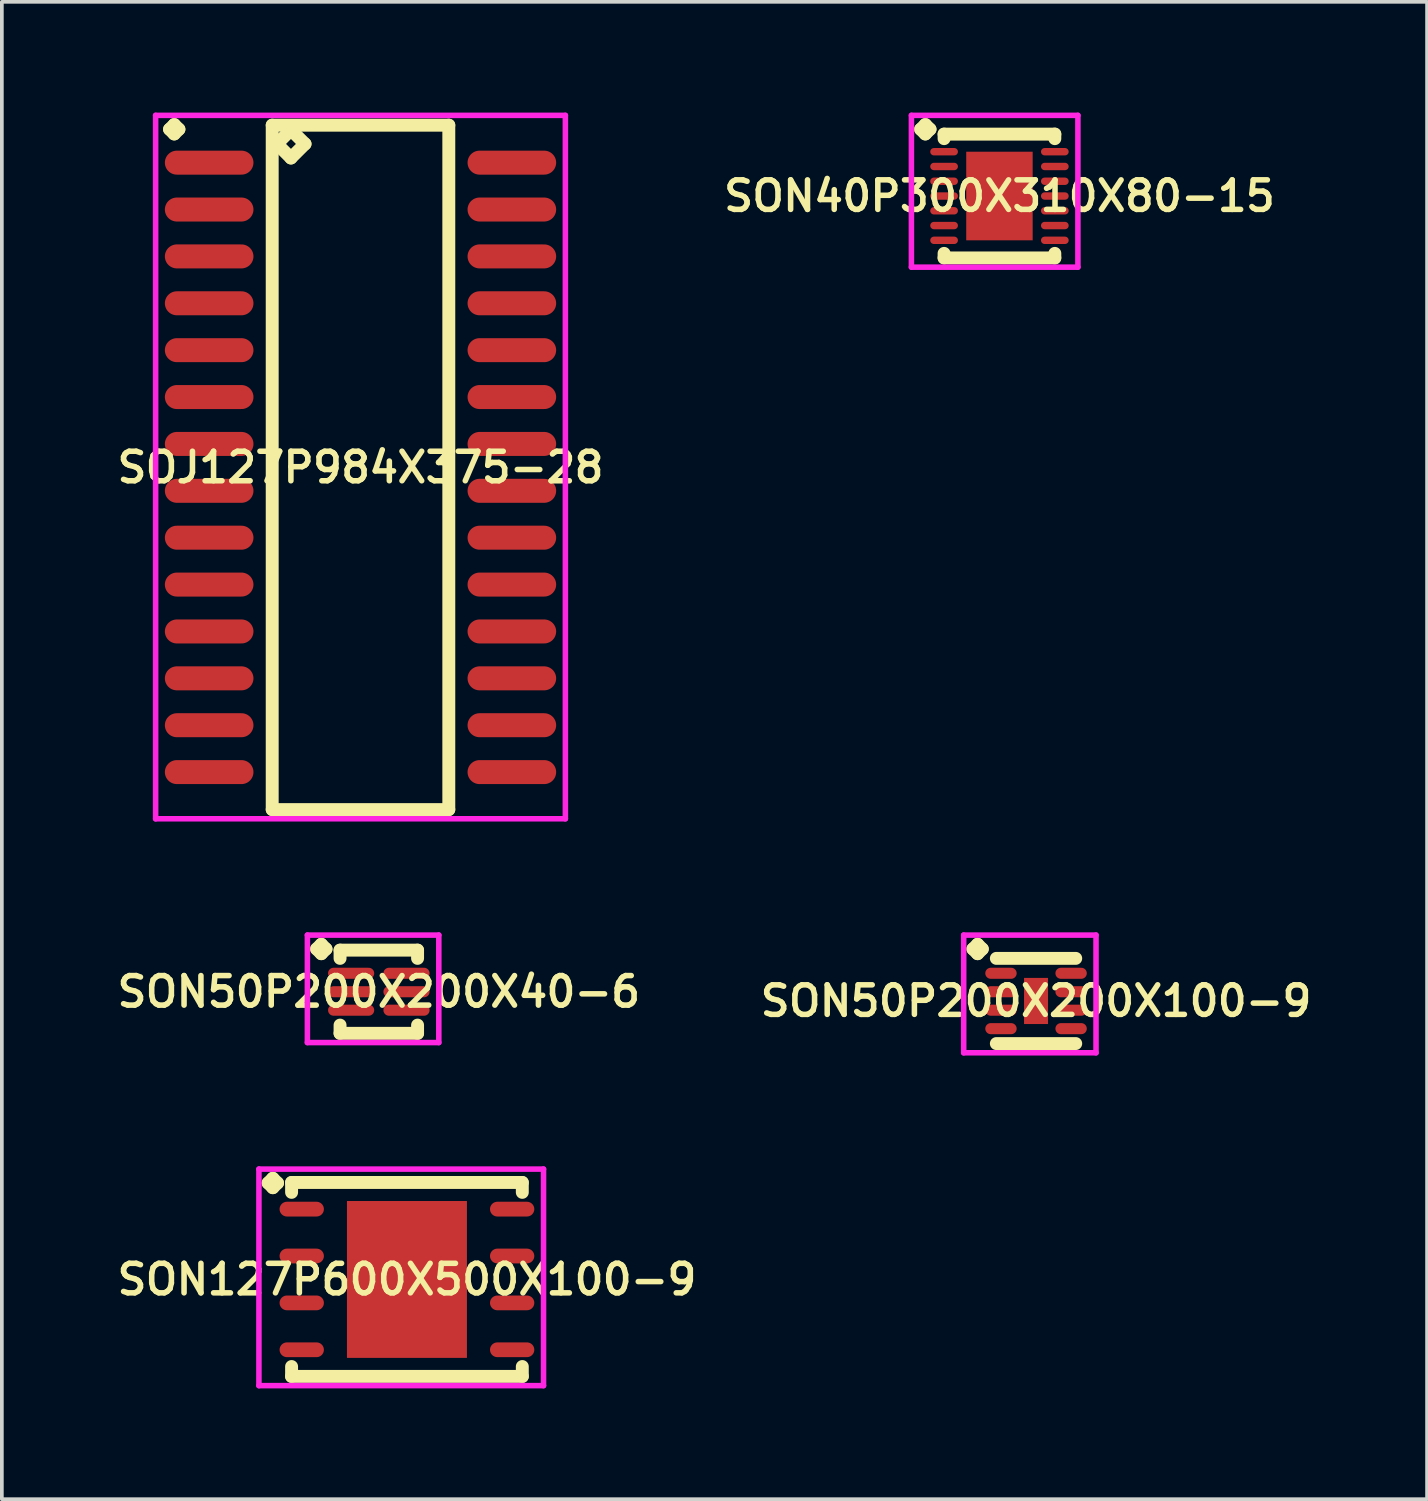
<source format=kicad_pcb>
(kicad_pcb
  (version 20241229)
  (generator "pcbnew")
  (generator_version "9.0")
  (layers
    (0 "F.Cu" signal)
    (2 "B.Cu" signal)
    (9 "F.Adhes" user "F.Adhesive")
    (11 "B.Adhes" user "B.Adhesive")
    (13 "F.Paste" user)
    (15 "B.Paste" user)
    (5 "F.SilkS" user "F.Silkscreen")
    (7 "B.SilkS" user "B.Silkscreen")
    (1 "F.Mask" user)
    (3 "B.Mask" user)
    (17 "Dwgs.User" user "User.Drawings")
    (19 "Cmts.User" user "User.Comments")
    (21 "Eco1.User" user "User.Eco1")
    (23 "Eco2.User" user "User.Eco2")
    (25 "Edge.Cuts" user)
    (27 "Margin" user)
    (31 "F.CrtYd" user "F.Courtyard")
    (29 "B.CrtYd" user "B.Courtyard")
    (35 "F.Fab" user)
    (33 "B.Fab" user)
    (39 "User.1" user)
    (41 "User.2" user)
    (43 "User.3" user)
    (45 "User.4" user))
  (footprint "SON50P200X200X100-9"
    (layer "F.Cu")
    (at 25.016 24.066)
    (property "Reference" "SON50P200X200X100-9" (at 0 0 0) (layer "F.SilkS") (effects (font (size 0.8 0.8) (thickness 0.15))))
    (attr smd)
    (fp_line (start -1.71 -1.408) (end -1.583 -1.535) (stroke (width 0.35) (type solid)) (layer "F.SilkS"))
    (fp_line (start -1.583 -1.535) (end -1.456 -1.408) (stroke (width 0.35) (type solid)) (layer "F.SilkS"))
    (fp_line (start -1.583 -1.281) (end -1.71 -1.408) (stroke (width 0.35) (type solid)) (layer "F.SilkS"))
    (fp_line (start -1.456 -1.408) (end -1.583 -1.281) (stroke (width 0.35) (type solid)) (layer "F.SilkS"))
    (fp_line (start -1.075 -1.154) (end 1.075 -1.154) (stroke (width 0.35) (type solid)) (layer "F.SilkS"))
    (fp_line (start -1.075 1.154) (end 1.075 1.154) (stroke (width 0.35) (type solid)) (layer "F.SilkS"))
    (fp_line (start -1.96 -1.785) (end 1.625 -1.785) (stroke (width 0.15) (type solid)) (layer "F.CrtYd"))
    (fp_line (start -1.96 1.404) (end -1.96 -1.785) (stroke (width 0.15) (type solid)) (layer "F.CrtYd"))
    (fp_line (start 1.625 -1.785) (end 1.625 1.404) (stroke (width 0.15) (type solid)) (layer "F.CrtYd"))
    (fp_line (start 1.625 1.404) (end -1.96 1.404) (stroke (width 0.15) (type solid)) (layer "F.CrtYd"))
    (pad "1" smd oval (at -0.95 -0.75) (size 0.85 0.3) (layers "F.Cu" "F.Mask" "F.Paste"))
    (pad "2" smd oval (at -0.95 -0.25) (size 0.85 0.3) (layers "F.Cu" "F.Mask" "F.Paste"))
    (pad "3" smd oval (at -0.95 0.25) (size 0.85 0.3) (layers "F.Cu" "F.Mask" "F.Paste"))
    (pad "4" smd oval (at -0.95 0.75) (size 0.85 0.3) (layers "F.Cu" "F.Mask" "F.Paste"))
    (pad "5" smd oval (at 0.95 0.75) (size 0.85 0.3) (layers "F.Cu" "F.Mask" "F.Paste"))
    (pad "6" smd oval (at 0.95 0.25) (size 0.85 0.3) (layers "F.Cu" "F.Mask" "F.Paste"))
    (pad "7" smd oval (at 0.95 -0.25) (size 0.85 0.3) (layers "F.Cu" "F.Mask" "F.Paste"))
    (pad "8" smd oval (at 0.95 -0.75) (size 0.85 0.3) (layers "F.Cu" "F.Mask" "F.Paste"))
    (pad "9" smd rect (at 0 0) (size 0.65 1.25) (layers "F.Cu" "F.Mask" "F.Paste")))
  (footprint "SON127P600X500X100-9"
    (layer "F.Cu")
    (at 7.974 31.61)
    (property "Reference" "SON127P600X500X100-9" (at 0 0 0) (layer "F.SilkS") (effects (font (size 0.8 0.8) (thickness 0.15))))
    (attr smd)
    (fp_line (start -3.76 -2.613) (end -3.633 -2.74) (stroke (width 0.35) (type solid)) (layer "F.SilkS"))
    (fp_line (start -3.633 -2.74) (end -3.506 -2.613) (stroke (width 0.35) (type solid)) (layer "F.SilkS"))
    (fp_line (start -3.633 -2.486) (end -3.76 -2.613) (stroke (width 0.35) (type solid)) (layer "F.SilkS"))
    (fp_line (start -3.506 -2.613) (end -3.633 -2.486) (stroke (width 0.35) (type solid)) (layer "F.SilkS"))
    (fp_line (start -3.125 -2.627) (end 3.125 -2.627) (stroke (width 0.35) (type solid)) (layer "F.SilkS"))
    (fp_line (start -3.125 -2.359) (end -3.125 -2.627) (stroke (width 0.35) (type solid)) (layer "F.SilkS"))
    (fp_line (start -3.125 2.359) (end -3.125 2.627) (stroke (width 0.35) (type solid)) (layer "F.SilkS"))
    (fp_line (start -3.125 2.627) (end 3.125 2.627) (stroke (width 0.35) (type solid)) (layer "F.SilkS"))
    (fp_line (start 3.125 -2.627) (end 3.125 -2.359) (stroke (width 0.35) (type solid)) (layer "F.SilkS"))
    (fp_line (start 3.125 2.627) (end 3.125 2.359) (stroke (width 0.35) (type solid)) (layer "F.SilkS"))
    (fp_line (start -4.01 -2.99) (end 3.7 -2.99) (stroke (width 0.15) (type solid)) (layer "F.CrtYd"))
    (fp_line (start -4.01 2.877) (end -4.01 -2.99) (stroke (width 0.15) (type solid)) (layer "F.CrtYd"))
    (fp_line (start 3.7 -2.99) (end 3.7 2.877) (stroke (width 0.15) (type solid)) (layer "F.CrtYd"))
    (fp_line (start 3.7 2.877) (end -4.01 2.877) (stroke (width 0.15) (type solid)) (layer "F.CrtYd"))
    (pad "1" smd oval (at -2.85 -1.905) (size 1.2 0.4) (layers "F.Cu" "F.Mask" "F.Paste"))
    (pad "2" smd oval (at -2.85 -0.635) (size 1.2 0.4) (layers "F.Cu" "F.Mask" "F.Paste"))
    (pad "3" smd oval (at -2.85 0.635) (size 1.2 0.4) (layers "F.Cu" "F.Mask" "F.Paste"))
    (pad "4" smd oval (at -2.85 1.905) (size 1.2 0.4) (layers "F.Cu" "F.Mask" "F.Paste"))
    (pad "5" smd oval (at 2.85 1.905) (size 1.2 0.4) (layers "F.Cu" "F.Mask" "F.Paste"))
    (pad "6" smd oval (at 2.85 0.635) (size 1.2 0.4) (layers "F.Cu" "F.Mask" "F.Paste"))
    (pad "7" smd oval (at 2.85 -0.635) (size 1.2 0.4) (layers "F.Cu" "F.Mask" "F.Paste"))
    (pad "8" smd oval (at 2.85 -1.905) (size 1.2 0.4) (layers "F.Cu" "F.Mask" "F.Paste"))
    (pad "9" smd rect (at 0 0) (size 3.25 4.25) (layers "F.Cu" "F.Mask" "F.Paste")))
  (footprint "SOJ127P984X375-28"
    (layer "F.Cu")
    (at 6.716 9.611)
    (property "Reference" "SOJ127P984X375-28" (at 0 0 0) (layer "F.SilkS") (effects (font (size 0.8 0.8) (thickness 0.15))))
    (attr smd)
    (fp_line (start -5.173 -9.159) (end -5.046 -9.286) (stroke (width 0.35) (type solid)) (layer "F.SilkS"))
    (fp_line (start -5.046 -9.286) (end -4.919 -9.159) (stroke (width 0.35) (type solid)) (layer "F.SilkS"))
    (fp_line (start -5.046 -9.032) (end -5.173 -9.159) (stroke (width 0.35) (type solid)) (layer "F.SilkS"))
    (fp_line (start -4.919 -9.159) (end -5.046 -9.032) (stroke (width 0.35) (type solid)) (layer "F.SilkS"))
    (fp_line (start -2.392 -9.27) (end -2.392 9.27) (stroke (width 0.35) (type solid)) (layer "F.SilkS"))
    (fp_line (start -2.392 9.27) (end 2.392 9.27) (stroke (width 0.35) (type solid)) (layer "F.SilkS"))
    (fp_line (start -2.265 -8.762) (end -1.884 -9.143) (stroke (width 0.35) (type solid)) (layer "F.SilkS"))
    (fp_line (start -1.884 -9.143) (end -1.503 -8.762) (stroke (width 0.35) (type solid)) (layer "F.SilkS"))
    (fp_line (start -1.884 -8.381) (end -2.265 -8.762) (stroke (width 0.35) (type solid)) (layer "F.SilkS"))
    (fp_line (start -1.503 -8.762) (end -1.884 -8.381) (stroke (width 0.35) (type solid)) (layer "F.SilkS"))
    (fp_line (start 2.392 -9.27) (end -2.392 -9.27) (stroke (width 0.35) (type solid)) (layer "F.SilkS"))
    (fp_line (start 2.392 9.27) (end 2.392 -9.27) (stroke (width 0.35) (type solid)) (layer "F.SilkS"))
    (fp_line (start -5.55 -9.536) (end 5.55 -9.536) (stroke (width 0.15) (type solid)) (layer "F.CrtYd"))
    (fp_line (start -5.55 9.52) (end -5.55 -9.536) (stroke (width 0.15) (type solid)) (layer "F.CrtYd"))
    (fp_line (start 5.55 -9.536) (end 5.55 9.52) (stroke (width 0.15) (type solid)) (layer "F.CrtYd"))
    (fp_line (start 5.55 9.52) (end -5.55 9.52) (stroke (width 0.15) (type solid)) (layer "F.CrtYd"))
    (pad "1" smd oval (at -4.1 -8.255) (size 2.4 0.65) (layers "F.Cu" "F.Mask" "F.Paste"))
    (pad "2" smd oval (at -4.1 -6.985) (size 2.4 0.65) (layers "F.Cu" "F.Mask" "F.Paste"))
    (pad "3" smd oval (at -4.1 -5.715) (size 2.4 0.65) (layers "F.Cu" "F.Mask" "F.Paste"))
    (pad "4" smd oval (at -4.1 -4.445) (size 2.4 0.65) (layers "F.Cu" "F.Mask" "F.Paste"))
    (pad "5" smd oval (at -4.1 -3.175) (size 2.4 0.65) (layers "F.Cu" "F.Mask" "F.Paste"))
    (pad "6" smd oval (at -4.1 -1.905) (size 2.4 0.65) (layers "F.Cu" "F.Mask" "F.Paste"))
    (pad "7" smd oval (at -4.1 -0.635) (size 2.4 0.65) (layers "F.Cu" "F.Mask" "F.Paste"))
    (pad "8" smd oval (at -4.1 0.635) (size 2.4 0.65) (layers "F.Cu" "F.Mask" "F.Paste"))
    (pad "9" smd oval (at -4.1 1.905) (size 2.4 0.65) (layers "F.Cu" "F.Mask" "F.Paste"))
    (pad "10" smd oval (at -4.1 3.175) (size 2.4 0.65) (layers "F.Cu" "F.Mask" "F.Paste"))
    (pad "11" smd oval (at -4.1 4.445) (size 2.4 0.65) (layers "F.Cu" "F.Mask" "F.Paste"))
    (pad "12" smd oval (at -4.1 5.715) (size 2.4 0.65) (layers "F.Cu" "F.Mask" "F.Paste"))
    (pad "13" smd oval (at -4.1 6.985) (size 2.4 0.65) (layers "F.Cu" "F.Mask" "F.Paste"))
    (pad "14" smd oval (at -4.1 8.255) (size 2.4 0.65) (layers "F.Cu" "F.Mask" "F.Paste"))
    (pad "15" smd oval (at 4.1 8.255) (size 2.4 0.65) (layers "F.Cu" "F.Mask" "F.Paste"))
    (pad "16" smd oval (at 4.1 6.985) (size 2.4 0.65) (layers "F.Cu" "F.Mask" "F.Paste"))
    (pad "17" smd oval (at 4.1 5.715) (size 2.4 0.65) (layers "F.Cu" "F.Mask" "F.Paste"))
    (pad "18" smd oval (at 4.1 4.445) (size 2.4 0.65) (layers "F.Cu" "F.Mask" "F.Paste"))
    (pad "19" smd oval (at 4.1 3.175) (size 2.4 0.65) (layers "F.Cu" "F.Mask" "F.Paste"))
    (pad "20" smd oval (at 4.1 1.905) (size 2.4 0.65) (layers "F.Cu" "F.Mask" "F.Paste"))
    (pad "21" smd oval (at 4.1 0.635) (size 2.4 0.65) (layers "F.Cu" "F.Mask" "F.Paste"))
    (pad "22" smd oval (at 4.1 -0.635) (size 2.4 0.65) (layers "F.Cu" "F.Mask" "F.Paste"))
    (pad "23" smd oval (at 4.1 -1.905) (size 2.4 0.65) (layers "F.Cu" "F.Mask" "F.Paste"))
    (pad "24" smd oval (at 4.1 -3.175) (size 2.4 0.65) (layers "F.Cu" "F.Mask" "F.Paste"))
    (pad "25" smd oval (at 4.1 -4.445) (size 2.4 0.65) (layers "F.Cu" "F.Mask" "F.Paste"))
    (pad "26" smd oval (at 4.1 -5.715) (size 2.4 0.65) (layers "F.Cu" "F.Mask" "F.Paste"))
    (pad "27" smd oval (at 4.1 -6.985) (size 2.4 0.65) (layers "F.Cu" "F.Mask" "F.Paste"))
    (pad "28" smd oval (at 4.1 -8.255) (size 2.4 0.65) (layers "F.Cu" "F.Mask" "F.Paste")))
  (footprint "SON50P200X200X40-6"
    (layer "F.Cu")
    (at 7.212 23.816)
    (property "Reference" "SON50P200X200X40-6" (at 0 0 0) (layer "F.SilkS") (effects (font (size 0.8 0.8) (thickness 0.15))))
    (attr smd)
    (fp_line (start -1.685 -1.158) (end -1.558 -1.285) (stroke (width 0.35) (type solid)) (layer "F.SilkS"))
    (fp_line (start -1.558 -1.285) (end -1.431 -1.158) (stroke (width 0.35) (type solid)) (layer "F.SilkS"))
    (fp_line (start -1.558 -1.031) (end -1.685 -1.158) (stroke (width 0.35) (type solid)) (layer "F.SilkS"))
    (fp_line (start -1.431 -1.158) (end -1.558 -1.031) (stroke (width 0.35) (type solid)) (layer "F.SilkS"))
    (fp_line (start -1.05 -1.127) (end 1.05 -1.127) (stroke (width 0.35) (type solid)) (layer "F.SilkS"))
    (fp_line (start -1.05 -0.904) (end -1.05 -1.127) (stroke (width 0.35) (type solid)) (layer "F.SilkS"))
    (fp_line (start -1.05 0.904) (end -1.05 1.127) (stroke (width 0.35) (type solid)) (layer "F.SilkS"))
    (fp_line (start -1.05 1.127) (end 1.05 1.127) (stroke (width 0.35) (type solid)) (layer "F.SilkS"))
    (fp_line (start 1.05 -1.127) (end 1.05 -0.904) (stroke (width 0.35) (type solid)) (layer "F.SilkS"))
    (fp_line (start 1.05 1.127) (end 1.05 0.904) (stroke (width 0.35) (type solid)) (layer "F.SilkS"))
    (fp_line (start -1.935 -1.535) (end 1.625 -1.535) (stroke (width 0.15) (type solid)) (layer "F.CrtYd"))
    (fp_line (start -1.935 1.377) (end -1.935 -1.535) (stroke (width 0.15) (type solid)) (layer "F.CrtYd"))
    (fp_line (start 1.625 -1.535) (end 1.625 1.377) (stroke (width 0.15) (type solid)) (layer "F.CrtYd"))
    (fp_line (start 1.625 1.377) (end -1.935 1.377) (stroke (width 0.15) (type solid)) (layer "F.CrtYd"))
    (pad "1" smd oval (at -0.75 -0.5) (size 1.25 0.3) (layers "F.Cu" "F.Mask" "F.Paste"))
    (pad "2" smd oval (at -0.75 0) (size 1.25 0.3) (layers "F.Cu" "F.Mask" "F.Paste"))
    (pad "3" smd oval (at -0.75 0.5) (size 1.25 0.3) (layers "F.Cu" "F.Mask" "F.Paste"))
    (pad "4" smd oval (at 0.75 0.5) (size 1.25 0.3) (layers "F.Cu" "F.Mask" "F.Paste"))
    (pad "5" smd oval (at 0.75 0) (size 1.25 0.3) (layers "F.Cu" "F.Mask" "F.Paste"))
    (pad "6" smd oval (at 0.75 -0.5) (size 1.25 0.3) (layers "F.Cu" "F.Mask" "F.Paste")))
  (footprint "SON40P300X310X80-15"
    (layer "F.Cu")
    (at 24.025 2.26)
    (property "Reference" "SON40P300X310X80-15" (at 0 0 0) (layer "F.SilkS") (effects (font (size 0.8 0.8) (thickness 0.15))))
    (attr smd)
    (fp_line (start -2.135 -1.808) (end -2.008 -1.935) (stroke (width 0.35) (type solid)) (layer "F.SilkS"))
    (fp_line (start -2.008 -1.935) (end -1.881 -1.808) (stroke (width 0.35) (type solid)) (layer "F.SilkS"))
    (fp_line (start -2.008 -1.681) (end -2.135 -1.808) (stroke (width 0.35) (type solid)) (layer "F.SilkS"))
    (fp_line (start -1.881 -1.808) (end -2.008 -1.681) (stroke (width 0.35) (type solid)) (layer "F.SilkS"))
    (fp_line (start -1.5 -1.677) (end 1.5 -1.677) (stroke (width 0.35) (type solid)) (layer "F.SilkS"))
    (fp_line (start -1.5 -1.554) (end -1.5 -1.677) (stroke (width 0.35) (type solid)) (layer "F.SilkS"))
    (fp_line (start -1.5 1.554) (end -1.5 1.677) (stroke (width 0.35) (type solid)) (layer "F.SilkS"))
    (fp_line (start -1.5 1.677) (end 1.5 1.677) (stroke (width 0.35) (type solid)) (layer "F.SilkS"))
    (fp_line (start 1.5 -1.677) (end 1.5 -1.554) (stroke (width 0.35) (type solid)) (layer "F.SilkS"))
    (fp_line (start 1.5 1.677) (end 1.5 1.554) (stroke (width 0.35) (type solid)) (layer "F.SilkS"))
    (fp_line (start -2.385 -2.185) (end 2.125 -2.185) (stroke (width 0.15) (type solid)) (layer "F.CrtYd"))
    (fp_line (start -2.385 1.927) (end -2.385 -2.185) (stroke (width 0.15) (type solid)) (layer "F.CrtYd"))
    (fp_line (start 2.125 -2.185) (end 2.125 1.927) (stroke (width 0.15) (type solid)) (layer "F.CrtYd"))
    (fp_line (start 2.125 1.927) (end -2.385 1.927) (stroke (width 0.15) (type solid)) (layer "F.CrtYd"))
    (pad "1" smd oval (at -1.5 -1.2) (size 0.75 0.2) (layers "F.Cu" "F.Mask" "F.Paste"))
    (pad "2" smd oval (at -1.5 -0.8) (size 0.75 0.2) (layers "F.Cu" "F.Mask" "F.Paste"))
    (pad "3" smd oval (at -1.5 -0.4) (size 0.75 0.2) (layers "F.Cu" "F.Mask" "F.Paste"))
    (pad "4" smd oval (at -1.5 0) (size 0.75 0.2) (layers "F.Cu" "F.Mask" "F.Paste"))
    (pad "5" smd oval (at -1.5 0.4) (size 0.75 0.2) (layers "F.Cu" "F.Mask" "F.Paste"))
    (pad "6" smd oval (at -1.5 0.8) (size 0.75 0.2) (layers "F.Cu" "F.Mask" "F.Paste"))
    (pad "7" smd oval (at -1.5 1.2) (size 0.75 0.2) (layers "F.Cu" "F.Mask" "F.Paste"))
    (pad "8" smd oval (at 1.5 1.2) (size 0.75 0.2) (layers "F.Cu" "F.Mask" "F.Paste"))
    (pad "9" smd oval (at 1.5 0.8) (size 0.75 0.2) (layers "F.Cu" "F.Mask" "F.Paste"))
    (pad "10" smd oval (at 1.5 0.4) (size 0.75 0.2) (layers "F.Cu" "F.Mask" "F.Paste"))
    (pad "11" smd oval (at 1.5 0) (size 0.75 0.2) (layers "F.Cu" "F.Mask" "F.Paste"))
    (pad "12" smd oval (at 1.5 -0.4) (size 0.75 0.2) (layers "F.Cu" "F.Mask" "F.Paste"))
    (pad "13" smd oval (at 1.5 -0.8) (size 0.75 0.2) (layers "F.Cu" "F.Mask" "F.Paste"))
    (pad "14" smd oval (at 1.5 -1.2) (size 0.75 0.2) (layers "F.Cu" "F.Mask" "F.Paste"))
    (pad "15" smd rect (at 0 0) (size 1.8 2.4) (layers "F.Cu" "F.Mask" "F.Paste")))
  (gr_rect
    (start -3 -3)
    (end 35.609 37.562)
    (stroke (width 0.1) (type default))
    (fill no)
    (layer "Edge.Cuts")))
</source>
